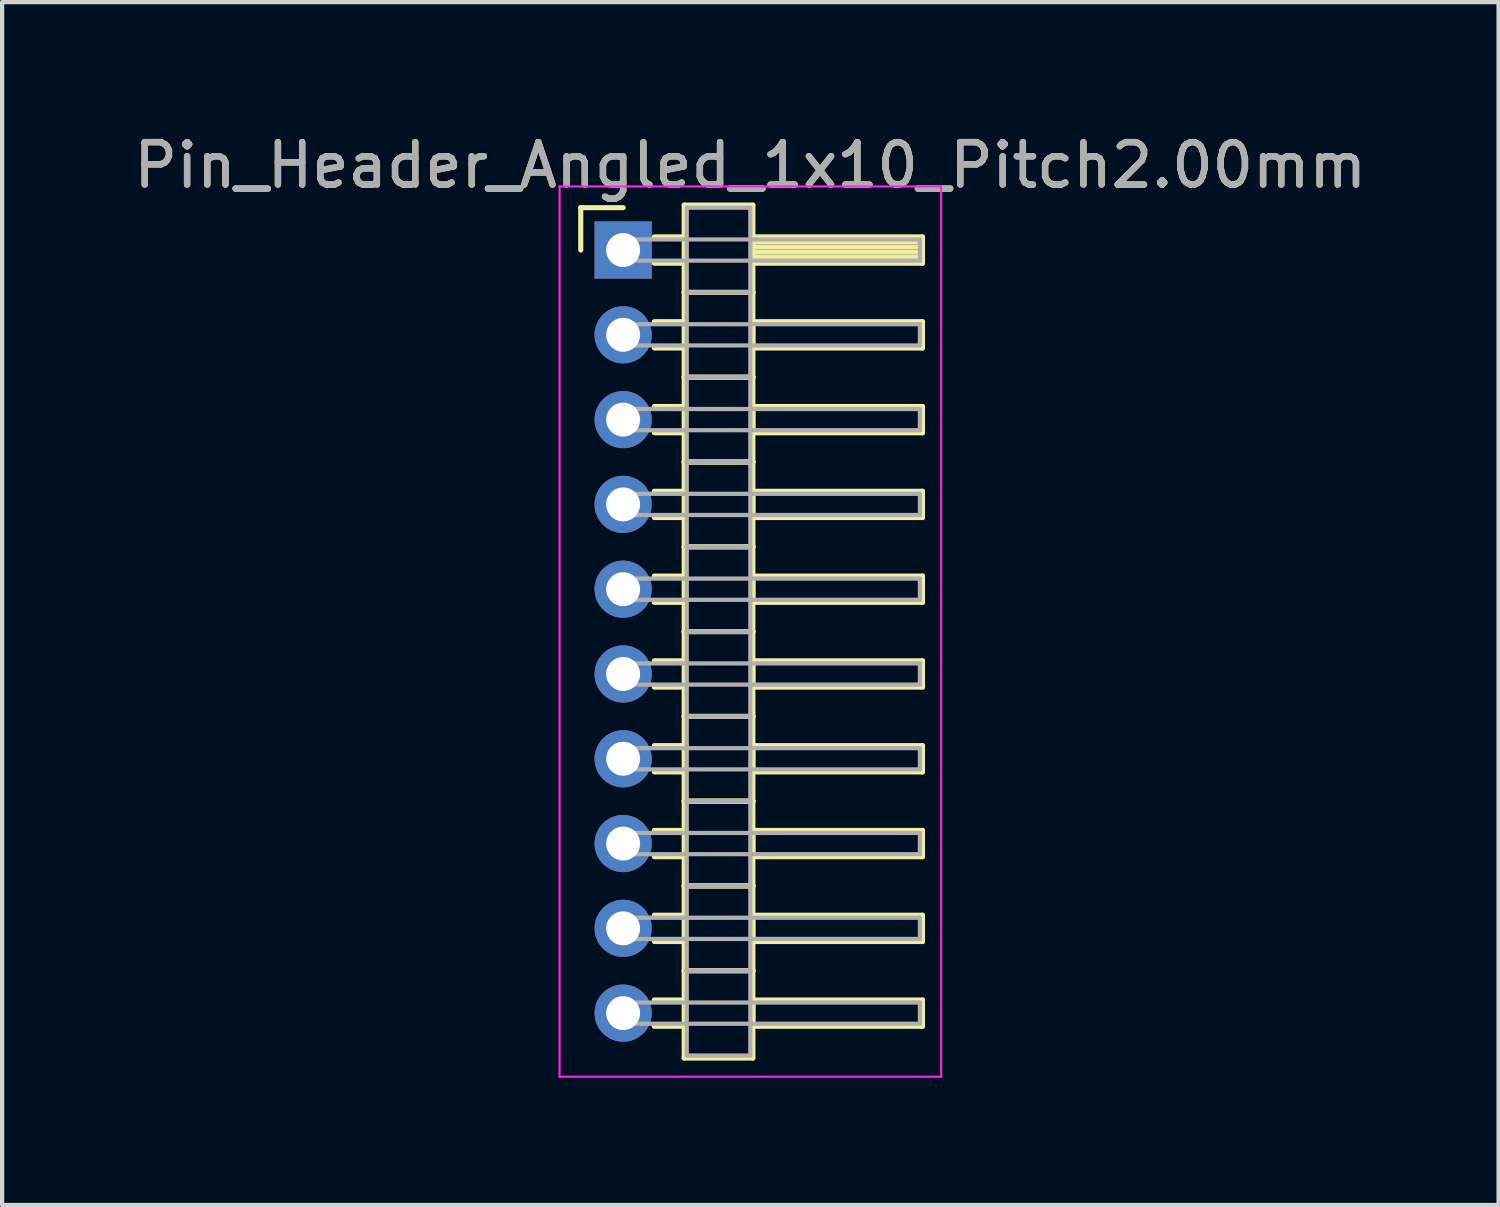
<source format=kicad_pcb>
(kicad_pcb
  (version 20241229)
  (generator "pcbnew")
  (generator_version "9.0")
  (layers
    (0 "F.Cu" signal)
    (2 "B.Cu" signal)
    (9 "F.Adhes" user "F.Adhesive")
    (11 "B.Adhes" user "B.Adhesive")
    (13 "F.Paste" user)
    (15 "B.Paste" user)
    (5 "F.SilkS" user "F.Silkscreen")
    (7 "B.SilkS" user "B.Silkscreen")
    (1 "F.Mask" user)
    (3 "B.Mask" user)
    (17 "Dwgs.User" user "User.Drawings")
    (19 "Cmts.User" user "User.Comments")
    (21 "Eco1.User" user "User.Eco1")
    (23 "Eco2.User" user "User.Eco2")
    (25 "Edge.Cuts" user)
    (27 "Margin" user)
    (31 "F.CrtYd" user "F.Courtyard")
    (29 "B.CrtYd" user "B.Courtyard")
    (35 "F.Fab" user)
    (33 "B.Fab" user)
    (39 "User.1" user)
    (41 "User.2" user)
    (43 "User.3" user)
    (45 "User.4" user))
  (footprint "Pin_Header_Angled_1x10_Pitch2.00mm"
    (layer "F.Cu")
    (at 11.649 2.848)
    (property "Reference" "Pin_Header_Angled_1x10_Pitch2.00mm" (at 3 -2 0) (layer "F.SilkS") (effects (font (size 1 1) (thickness 0.15))))
    (attr through_hole)
    (fp_line (start -1 -1) (end 0 -1) (stroke (width 0.12) (type solid)) (layer "F.SilkS"))
    (fp_line (start -1 0) (end -1 -1) (stroke (width 0.12) (type solid)) (layer "F.SilkS"))
    (fp_line (start 0.735 -0.31) (end 1.44 -0.31) (stroke (width 0.12) (type solid)) (layer "F.SilkS"))
    (fp_line (start 0.735 0.31) (end 1.44 0.31) (stroke (width 0.12) (type solid)) (layer "F.SilkS"))
    (fp_line (start 0.735 1.69) (end 1.44 1.69) (stroke (width 0.12) (type solid)) (layer "F.SilkS"))
    (fp_line (start 0.735 2.31) (end 1.44 2.31) (stroke (width 0.12) (type solid)) (layer "F.SilkS"))
    (fp_line (start 0.735 3.69) (end 1.44 3.69) (stroke (width 0.12) (type solid)) (layer "F.SilkS"))
    (fp_line (start 0.735 4.31) (end 1.44 4.31) (stroke (width 0.12) (type solid)) (layer "F.SilkS"))
    (fp_line (start 0.735 5.69) (end 1.44 5.69) (stroke (width 0.12) (type solid)) (layer "F.SilkS"))
    (fp_line (start 0.735 6.31) (end 1.44 6.31) (stroke (width 0.12) (type solid)) (layer "F.SilkS"))
    (fp_line (start 0.735 7.69) (end 1.44 7.69) (stroke (width 0.12) (type solid)) (layer "F.SilkS"))
    (fp_line (start 0.735 8.31) (end 1.44 8.31) (stroke (width 0.12) (type solid)) (layer "F.SilkS"))
    (fp_line (start 0.735 9.69) (end 1.44 9.69) (stroke (width 0.12) (type solid)) (layer "F.SilkS"))
    (fp_line (start 0.735 10.31) (end 1.44 10.31) (stroke (width 0.12) (type solid)) (layer "F.SilkS"))
    (fp_line (start 0.735 11.69) (end 1.44 11.69) (stroke (width 0.12) (type solid)) (layer "F.SilkS"))
    (fp_line (start 0.735 12.31) (end 1.44 12.31) (stroke (width 0.12) (type solid)) (layer "F.SilkS"))
    (fp_line (start 0.735 13.69) (end 1.44 13.69) (stroke (width 0.12) (type solid)) (layer "F.SilkS"))
    (fp_line (start 0.735 14.31) (end 1.44 14.31) (stroke (width 0.12) (type solid)) (layer "F.SilkS"))
    (fp_line (start 0.735 15.69) (end 1.44 15.69) (stroke (width 0.12) (type solid)) (layer "F.SilkS"))
    (fp_line (start 0.735 16.31) (end 1.44 16.31) (stroke (width 0.12) (type solid)) (layer "F.SilkS"))
    (fp_line (start 0.735 17.69) (end 1.44 17.69) (stroke (width 0.12) (type solid)) (layer "F.SilkS"))
    (fp_line (start 0.735 18.31) (end 1.44 18.31) (stroke (width 0.12) (type solid)) (layer "F.SilkS"))
    (fp_line (start 1.44 -1.06) (end 1.44 1) (stroke (width 0.12) (type solid)) (layer "F.SilkS"))
    (fp_line (start 1.44 1) (end 1.44 3) (stroke (width 0.12) (type solid)) (layer "F.SilkS"))
    (fp_line (start 1.44 1) (end 3.06 1) (stroke (width 0.12) (type solid)) (layer "F.SilkS"))
    (fp_line (start 1.44 3) (end 1.44 5) (stroke (width 0.12) (type solid)) (layer "F.SilkS"))
    (fp_line (start 1.44 3) (end 3.06 3) (stroke (width 0.12) (type solid)) (layer "F.SilkS"))
    (fp_line (start 1.44 5) (end 1.44 7) (stroke (width 0.12) (type solid)) (layer "F.SilkS"))
    (fp_line (start 1.44 5) (end 3.06 5) (stroke (width 0.12) (type solid)) (layer "F.SilkS"))
    (fp_line (start 1.44 7) (end 1.44 9) (stroke (width 0.12) (type solid)) (layer "F.SilkS"))
    (fp_line (start 1.44 7) (end 3.06 7) (stroke (width 0.12) (type solid)) (layer "F.SilkS"))
    (fp_line (start 1.44 9) (end 1.44 11) (stroke (width 0.12) (type solid)) (layer "F.SilkS"))
    (fp_line (start 1.44 9) (end 3.06 9) (stroke (width 0.12) (type solid)) (layer "F.SilkS"))
    (fp_line (start 1.44 11) (end 1.44 13) (stroke (width 0.12) (type solid)) (layer "F.SilkS"))
    (fp_line (start 1.44 11) (end 3.06 11) (stroke (width 0.12) (type solid)) (layer "F.SilkS"))
    (fp_line (start 1.44 13) (end 1.44 15) (stroke (width 0.12) (type solid)) (layer "F.SilkS"))
    (fp_line (start 1.44 13) (end 3.06 13) (stroke (width 0.12) (type solid)) (layer "F.SilkS"))
    (fp_line (start 1.44 15) (end 1.44 17) (stroke (width 0.12) (type solid)) (layer "F.SilkS"))
    (fp_line (start 1.44 15) (end 3.06 15) (stroke (width 0.12) (type solid)) (layer "F.SilkS"))
    (fp_line (start 1.44 17) (end 1.44 19.06) (stroke (width 0.12) (type solid)) (layer "F.SilkS"))
    (fp_line (start 1.44 17) (end 3.06 17) (stroke (width 0.12) (type solid)) (layer "F.SilkS"))
    (fp_line (start 1.44 19.06) (end 3.06 19.06) (stroke (width 0.12) (type solid)) (layer "F.SilkS"))
    (fp_line (start 3.06 -1.06) (end 1.44 -1.06) (stroke (width 0.12) (type solid)) (layer "F.SilkS"))
    (fp_line (start 3.06 -0.31) (end 3.06 0.31) (stroke (width 0.12) (type solid)) (layer "F.SilkS"))
    (fp_line (start 3.06 -0.19) (end 7.06 -0.19) (stroke (width 0.12) (type solid)) (layer "F.SilkS"))
    (fp_line (start 3.06 -0.07) (end 7.06 -0.07) (stroke (width 0.12) (type solid)) (layer "F.SilkS"))
    (fp_line (start 3.06 0.05) (end 7.06 0.05) (stroke (width 0.12) (type solid)) (layer "F.SilkS"))
    (fp_line (start 3.06 0.17) (end 7.06 0.17) (stroke (width 0.12) (type solid)) (layer "F.SilkS"))
    (fp_line (start 3.06 0.29) (end 7.06 0.29) (stroke (width 0.12) (type solid)) (layer "F.SilkS"))
    (fp_line (start 3.06 0.31) (end 7.06 0.31) (stroke (width 0.12) (type solid)) (layer "F.SilkS"))
    (fp_line (start 3.06 1) (end 1.44 1) (stroke (width 0.12) (type solid)) (layer "F.SilkS"))
    (fp_line (start 3.06 1) (end 3.06 -1.06) (stroke (width 0.12) (type solid)) (layer "F.SilkS"))
    (fp_line (start 3.06 1.69) (end 3.06 2.31) (stroke (width 0.12) (type solid)) (layer "F.SilkS"))
    (fp_line (start 3.06 2.31) (end 7.06 2.31) (stroke (width 0.12) (type solid)) (layer "F.SilkS"))
    (fp_line (start 3.06 3) (end 1.44 3) (stroke (width 0.12) (type solid)) (layer "F.SilkS"))
    (fp_line (start 3.06 3) (end 3.06 1) (stroke (width 0.12) (type solid)) (layer "F.SilkS"))
    (fp_line (start 3.06 3.69) (end 3.06 4.31) (stroke (width 0.12) (type solid)) (layer "F.SilkS"))
    (fp_line (start 3.06 4.31) (end 7.06 4.31) (stroke (width 0.12) (type solid)) (layer "F.SilkS"))
    (fp_line (start 3.06 5) (end 1.44 5) (stroke (width 0.12) (type solid)) (layer "F.SilkS"))
    (fp_line (start 3.06 5) (end 3.06 3) (stroke (width 0.12) (type solid)) (layer "F.SilkS"))
    (fp_line (start 3.06 5.69) (end 3.06 6.31) (stroke (width 0.12) (type solid)) (layer "F.SilkS"))
    (fp_line (start 3.06 6.31) (end 7.06 6.31) (stroke (width 0.12) (type solid)) (layer "F.SilkS"))
    (fp_line (start 3.06 7) (end 1.44 7) (stroke (width 0.12) (type solid)) (layer "F.SilkS"))
    (fp_line (start 3.06 7) (end 3.06 5) (stroke (width 0.12) (type solid)) (layer "F.SilkS"))
    (fp_line (start 3.06 7.69) (end 3.06 8.31) (stroke (width 0.12) (type solid)) (layer "F.SilkS"))
    (fp_line (start 3.06 8.31) (end 7.06 8.31) (stroke (width 0.12) (type solid)) (layer "F.SilkS"))
    (fp_line (start 3.06 9) (end 1.44 9) (stroke (width 0.12) (type solid)) (layer "F.SilkS"))
    (fp_line (start 3.06 9) (end 3.06 7) (stroke (width 0.12) (type solid)) (layer "F.SilkS"))
    (fp_line (start 3.06 9.69) (end 3.06 10.31) (stroke (width 0.12) (type solid)) (layer "F.SilkS"))
    (fp_line (start 3.06 10.31) (end 7.06 10.31) (stroke (width 0.12) (type solid)) (layer "F.SilkS"))
    (fp_line (start 3.06 11) (end 1.44 11) (stroke (width 0.12) (type solid)) (layer "F.SilkS"))
    (fp_line (start 3.06 11) (end 3.06 9) (stroke (width 0.12) (type solid)) (layer "F.SilkS"))
    (fp_line (start 3.06 11.69) (end 3.06 12.31) (stroke (width 0.12) (type solid)) (layer "F.SilkS"))
    (fp_line (start 3.06 12.31) (end 7.06 12.31) (stroke (width 0.12) (type solid)) (layer "F.SilkS"))
    (fp_line (start 3.06 13) (end 1.44 13) (stroke (width 0.12) (type solid)) (layer "F.SilkS"))
    (fp_line (start 3.06 13) (end 3.06 11) (stroke (width 0.12) (type solid)) (layer "F.SilkS"))
    (fp_line (start 3.06 13.69) (end 3.06 14.31) (stroke (width 0.12) (type solid)) (layer "F.SilkS"))
    (fp_line (start 3.06 14.31) (end 7.06 14.31) (stroke (width 0.12) (type solid)) (layer "F.SilkS"))
    (fp_line (start 3.06 15) (end 1.44 15) (stroke (width 0.12) (type solid)) (layer "F.SilkS"))
    (fp_line (start 3.06 15) (end 3.06 13) (stroke (width 0.12) (type solid)) (layer "F.SilkS"))
    (fp_line (start 3.06 15.69) (end 3.06 16.31) (stroke (width 0.12) (type solid)) (layer "F.SilkS"))
    (fp_line (start 3.06 16.31) (end 7.06 16.31) (stroke (width 0.12) (type solid)) (layer "F.SilkS"))
    (fp_line (start 3.06 17) (end 1.44 17) (stroke (width 0.12) (type solid)) (layer "F.SilkS"))
    (fp_line (start 3.06 17) (end 3.06 15) (stroke (width 0.12) (type solid)) (layer "F.SilkS"))
    (fp_line (start 3.06 17.69) (end 3.06 18.31) (stroke (width 0.12) (type solid)) (layer "F.SilkS"))
    (fp_line (start 3.06 18.31) (end 7.06 18.31) (stroke (width 0.12) (type solid)) (layer "F.SilkS"))
    (fp_line (start 3.06 19.06) (end 3.06 17) (stroke (width 0.12) (type solid)) (layer "F.SilkS"))
    (fp_line (start 7.06 -0.31) (end 3.06 -0.31) (stroke (width 0.12) (type solid)) (layer "F.SilkS"))
    (fp_line (start 7.06 0.31) (end 7.06 -0.31) (stroke (width 0.12) (type solid)) (layer "F.SilkS"))
    (fp_line (start 7.06 1.69) (end 3.06 1.69) (stroke (width 0.12) (type solid)) (layer "F.SilkS"))
    (fp_line (start 7.06 2.31) (end 7.06 1.69) (stroke (width 0.12) (type solid)) (layer "F.SilkS"))
    (fp_line (start 7.06 3.69) (end 3.06 3.69) (stroke (width 0.12) (type solid)) (layer "F.SilkS"))
    (fp_line (start 7.06 4.31) (end 7.06 3.69) (stroke (width 0.12) (type solid)) (layer "F.SilkS"))
    (fp_line (start 7.06 5.69) (end 3.06 5.69) (stroke (width 0.12) (type solid)) (layer "F.SilkS"))
    (fp_line (start 7.06 6.31) (end 7.06 5.69) (stroke (width 0.12) (type solid)) (layer "F.SilkS"))
    (fp_line (start 7.06 7.69) (end 3.06 7.69) (stroke (width 0.12) (type solid)) (layer "F.SilkS"))
    (fp_line (start 7.06 8.31) (end 7.06 7.69) (stroke (width 0.12) (type solid)) (layer "F.SilkS"))
    (fp_line (start 7.06 9.69) (end 3.06 9.69) (stroke (width 0.12) (type solid)) (layer "F.SilkS"))
    (fp_line (start 7.06 10.31) (end 7.06 9.69) (stroke (width 0.12) (type solid)) (layer "F.SilkS"))
    (fp_line (start 7.06 11.69) (end 3.06 11.69) (stroke (width 0.12) (type solid)) (layer "F.SilkS"))
    (fp_line (start 7.06 12.31) (end 7.06 11.69) (stroke (width 0.12) (type solid)) (layer "F.SilkS"))
    (fp_line (start 7.06 13.69) (end 3.06 13.69) (stroke (width 0.12) (type solid)) (layer "F.SilkS"))
    (fp_line (start 7.06 14.31) (end 7.06 13.69) (stroke (width 0.12) (type solid)) (layer "F.SilkS"))
    (fp_line (start 7.06 15.69) (end 3.06 15.69) (stroke (width 0.12) (type solid)) (layer "F.SilkS"))
    (fp_line (start 7.06 16.31) (end 7.06 15.69) (stroke (width 0.12) (type solid)) (layer "F.SilkS"))
    (fp_line (start 7.06 17.69) (end 3.06 17.69) (stroke (width 0.12) (type solid)) (layer "F.SilkS"))
    (fp_line (start 7.06 18.31) (end 7.06 17.69) (stroke (width 0.12) (type solid)) (layer "F.SilkS"))
    (fp_line (start -1.5 -1.5) (end -1.5 19.5) (stroke (width 0.05) (type solid)) (layer "F.CrtYd"))
    (fp_line (start -1.5 19.5) (end 7.5 19.5) (stroke (width 0.05) (type solid)) (layer "F.CrtYd"))
    (fp_line (start 7.5 -1.5) (end -1.5 -1.5) (stroke (width 0.05) (type solid)) (layer "F.CrtYd"))
    (fp_line (start 7.5 19.5) (end 7.5 -1.5) (stroke (width 0.05) (type solid)) (layer "F.CrtYd"))
    (fp_line (start 0 -0.25) (end 0 0.25) (stroke (width 0.1) (type solid)) (layer "F.Fab"))
    (fp_line (start 0 0.25) (end 7 0.25) (stroke (width 0.1) (type solid)) (layer "F.Fab"))
    (fp_line (start 0 1.75) (end 0 2.25) (stroke (width 0.1) (type solid)) (layer "F.Fab"))
    (fp_line (start 0 2.25) (end 7 2.25) (stroke (width 0.1) (type solid)) (layer "F.Fab"))
    (fp_line (start 0 3.75) (end 0 4.25) (stroke (width 0.1) (type solid)) (layer "F.Fab"))
    (fp_line (start 0 4.25) (end 7 4.25) (stroke (width 0.1) (type solid)) (layer "F.Fab"))
    (fp_line (start 0 5.75) (end 0 6.25) (stroke (width 0.1) (type solid)) (layer "F.Fab"))
    (fp_line (start 0 6.25) (end 7 6.25) (stroke (width 0.1) (type solid)) (layer "F.Fab"))
    (fp_line (start 0 7.75) (end 0 8.25) (stroke (width 0.1) (type solid)) (layer "F.Fab"))
    (fp_line (start 0 8.25) (end 7 8.25) (stroke (width 0.1) (type solid)) (layer "F.Fab"))
    (fp_line (start 0 9.75) (end 0 10.25) (stroke (width 0.1) (type solid)) (layer "F.Fab"))
    (fp_line (start 0 10.25) (end 7 10.25) (stroke (width 0.1) (type solid)) (layer "F.Fab"))
    (fp_line (start 0 11.75) (end 0 12.25) (stroke (width 0.1) (type solid)) (layer "F.Fab"))
    (fp_line (start 0 12.25) (end 7 12.25) (stroke (width 0.1) (type solid)) (layer "F.Fab"))
    (fp_line (start 0 13.75) (end 0 14.25) (stroke (width 0.1) (type solid)) (layer "F.Fab"))
    (fp_line (start 0 14.25) (end 7 14.25) (stroke (width 0.1) (type solid)) (layer "F.Fab"))
    (fp_line (start 0 15.75) (end 0 16.25) (stroke (width 0.1) (type solid)) (layer "F.Fab"))
    (fp_line (start 0 16.25) (end 7 16.25) (stroke (width 0.1) (type solid)) (layer "F.Fab"))
    (fp_line (start 0 17.75) (end 0 18.25) (stroke (width 0.1) (type solid)) (layer "F.Fab"))
    (fp_line (start 0 18.25) (end 7 18.25) (stroke (width 0.1) (type solid)) (layer "F.Fab"))
    (fp_line (start 1.5 -1) (end 1.5 1) (stroke (width 0.1) (type solid)) (layer "F.Fab"))
    (fp_line (start 1.5 1) (end 1.5 3) (stroke (width 0.1) (type solid)) (layer "F.Fab"))
    (fp_line (start 1.5 1) (end 3 1) (stroke (width 0.1) (type solid)) (layer "F.Fab"))
    (fp_line (start 1.5 3) (end 1.5 5) (stroke (width 0.1) (type solid)) (layer "F.Fab"))
    (fp_line (start 1.5 3) (end 3 3) (stroke (width 0.1) (type solid)) (layer "F.Fab"))
    (fp_line (start 1.5 5) (end 1.5 7) (stroke (width 0.1) (type solid)) (layer "F.Fab"))
    (fp_line (start 1.5 5) (end 3 5) (stroke (width 0.1) (type solid)) (layer "F.Fab"))
    (fp_line (start 1.5 7) (end 1.5 9) (stroke (width 0.1) (type solid)) (layer "F.Fab"))
    (fp_line (start 1.5 7) (end 3 7) (stroke (width 0.1) (type solid)) (layer "F.Fab"))
    (fp_line (start 1.5 9) (end 1.5 11) (stroke (width 0.1) (type solid)) (layer "F.Fab"))
    (fp_line (start 1.5 9) (end 3 9) (stroke (width 0.1) (type solid)) (layer "F.Fab"))
    (fp_line (start 1.5 11) (end 1.5 13) (stroke (width 0.1) (type solid)) (layer "F.Fab"))
    (fp_line (start 1.5 11) (end 3 11) (stroke (width 0.1) (type solid)) (layer "F.Fab"))
    (fp_line (start 1.5 13) (end 1.5 15) (stroke (width 0.1) (type solid)) (layer "F.Fab"))
    (fp_line (start 1.5 13) (end 3 13) (stroke (width 0.1) (type solid)) (layer "F.Fab"))
    (fp_line (start 1.5 15) (end 1.5 17) (stroke (width 0.1) (type solid)) (layer "F.Fab"))
    (fp_line (start 1.5 15) (end 3 15) (stroke (width 0.1) (type solid)) (layer "F.Fab"))
    (fp_line (start 1.5 17) (end 1.5 19) (stroke (width 0.1) (type solid)) (layer "F.Fab"))
    (fp_line (start 1.5 17) (end 3 17) (stroke (width 0.1) (type solid)) (layer "F.Fab"))
    (fp_line (start 1.5 19) (end 3 19) (stroke (width 0.1) (type solid)) (layer "F.Fab"))
    (fp_line (start 3 -1) (end 1.5 -1) (stroke (width 0.1) (type solid)) (layer "F.Fab"))
    (fp_line (start 3 1) (end 1.5 1) (stroke (width 0.1) (type solid)) (layer "F.Fab"))
    (fp_line (start 3 1) (end 3 -1) (stroke (width 0.1) (type solid)) (layer "F.Fab"))
    (fp_line (start 3 3) (end 1.5 3) (stroke (width 0.1) (type solid)) (layer "F.Fab"))
    (fp_line (start 3 3) (end 3 1) (stroke (width 0.1) (type solid)) (layer "F.Fab"))
    (fp_line (start 3 5) (end 1.5 5) (stroke (width 0.1) (type solid)) (layer "F.Fab"))
    (fp_line (start 3 5) (end 3 3) (stroke (width 0.1) (type solid)) (layer "F.Fab"))
    (fp_line (start 3 7) (end 1.5 7) (stroke (width 0.1) (type solid)) (layer "F.Fab"))
    (fp_line (start 3 7) (end 3 5) (stroke (width 0.1) (type solid)) (layer "F.Fab"))
    (fp_line (start 3 9) (end 1.5 9) (stroke (width 0.1) (type solid)) (layer "F.Fab"))
    (fp_line (start 3 9) (end 3 7) (stroke (width 0.1) (type solid)) (layer "F.Fab"))
    (fp_line (start 3 11) (end 1.5 11) (stroke (width 0.1) (type solid)) (layer "F.Fab"))
    (fp_line (start 3 11) (end 3 9) (stroke (width 0.1) (type solid)) (layer "F.Fab"))
    (fp_line (start 3 13) (end 1.5 13) (stroke (width 0.1) (type solid)) (layer "F.Fab"))
    (fp_line (start 3 13) (end 3 11) (stroke (width 0.1) (type solid)) (layer "F.Fab"))
    (fp_line (start 3 15) (end 1.5 15) (stroke (width 0.1) (type solid)) (layer "F.Fab"))
    (fp_line (start 3 15) (end 3 13) (stroke (width 0.1) (type solid)) (layer "F.Fab"))
    (fp_line (start 3 17) (end 1.5 17) (stroke (width 0.1) (type solid)) (layer "F.Fab"))
    (fp_line (start 3 17) (end 3 15) (stroke (width 0.1) (type solid)) (layer "F.Fab"))
    (fp_line (start 3 19) (end 3 17) (stroke (width 0.1) (type solid)) (layer "F.Fab"))
    (fp_line (start 7 -0.25) (end 0 -0.25) (stroke (width 0.1) (type solid)) (layer "F.Fab"))
    (fp_line (start 7 0.25) (end 7 -0.25) (stroke (width 0.1) (type solid)) (layer "F.Fab"))
    (fp_line (start 7 1.75) (end 0 1.75) (stroke (width 0.1) (type solid)) (layer "F.Fab"))
    (fp_line (start 7 2.25) (end 7 1.75) (stroke (width 0.1) (type solid)) (layer "F.Fab"))
    (fp_line (start 7 3.75) (end 0 3.75) (stroke (width 0.1) (type solid)) (layer "F.Fab"))
    (fp_line (start 7 4.25) (end 7 3.75) (stroke (width 0.1) (type solid)) (layer "F.Fab"))
    (fp_line (start 7 5.75) (end 0 5.75) (stroke (width 0.1) (type solid)) (layer "F.Fab"))
    (fp_line (start 7 6.25) (end 7 5.75) (stroke (width 0.1) (type solid)) (layer "F.Fab"))
    (fp_line (start 7 7.75) (end 0 7.75) (stroke (width 0.1) (type solid)) (layer "F.Fab"))
    (fp_line (start 7 8.25) (end 7 7.75) (stroke (width 0.1) (type solid)) (layer "F.Fab"))
    (fp_line (start 7 9.75) (end 0 9.75) (stroke (width 0.1) (type solid)) (layer "F.Fab"))
    (fp_line (start 7 10.25) (end 7 9.75) (stroke (width 0.1) (type solid)) (layer "F.Fab"))
    (fp_line (start 7 11.75) (end 0 11.75) (stroke (width 0.1) (type solid)) (layer "F.Fab"))
    (fp_line (start 7 12.25) (end 7 11.75) (stroke (width 0.1) (type solid)) (layer "F.Fab"))
    (fp_line (start 7 13.75) (end 0 13.75) (stroke (width 0.1) (type solid)) (layer "F.Fab"))
    (fp_line (start 7 14.25) (end 7 13.75) (stroke (width 0.1) (type solid)) (layer "F.Fab"))
    (fp_line (start 7 15.75) (end 0 15.75) (stroke (width 0.1) (type solid)) (layer "F.Fab"))
    (fp_line (start 7 16.25) (end 7 15.75) (stroke (width 0.1) (type solid)) (layer "F.Fab"))
    (fp_line (start 7 17.75) (end 0 17.75) (stroke (width 0.1) (type solid)) (layer "F.Fab"))
    (fp_line (start 7 18.25) (end 7 17.75) (stroke (width 0.1) (type solid)) (layer "F.Fab"))
    (fp_text user "${REFERENCE}" (at 3 -2 0) (layer "F.Fab") (effects (font (size 1 1) (thickness 0.15))))
    (pad "1" thru_hole rect (at 0 0) (size 1.35 1.35) (drill 0.8) (layers "*.Cu" "*.Mask"))
    (pad "2" thru_hole oval (at 0 2) (size 1.35 1.35) (drill 0.8) (layers "*.Cu" "*.Mask"))
    (pad "3" thru_hole oval (at 0 4) (size 1.35 1.35) (drill 0.8) (layers "*.Cu" "*.Mask"))
    (pad "4" thru_hole oval (at 0 6) (size 1.35 1.35) (drill 0.8) (layers "*.Cu" "*.Mask"))
    (pad "5" thru_hole oval (at 0 8) (size 1.35 1.35) (drill 0.8) (layers "*.Cu" "*.Mask"))
    (pad "6" thru_hole oval (at 0 10) (size 1.35 1.35) (drill 0.8) (layers "*.Cu" "*.Mask"))
    (pad "7" thru_hole oval (at 0 12) (size 1.35 1.35) (drill 0.8) (layers "*.Cu" "*.Mask"))
    (pad "8" thru_hole oval (at 0 14) (size 1.35 1.35) (drill 0.8) (layers "*.Cu" "*.Mask"))
    (pad "9" thru_hole oval (at 0 16) (size 1.35 1.35) (drill 0.8) (layers "*.Cu" "*.Mask"))
    (pad "10" thru_hole oval (at 0 18) (size 1.35 1.35) (drill 0.8) (layers "*.Cu" "*.Mask")))
  (gr_rect
    (start -3 -3)
    (end 32.298 25.373)
    (stroke (width 0.1) (type default))
    (fill no)
    (layer "Edge.Cuts")))
</source>
